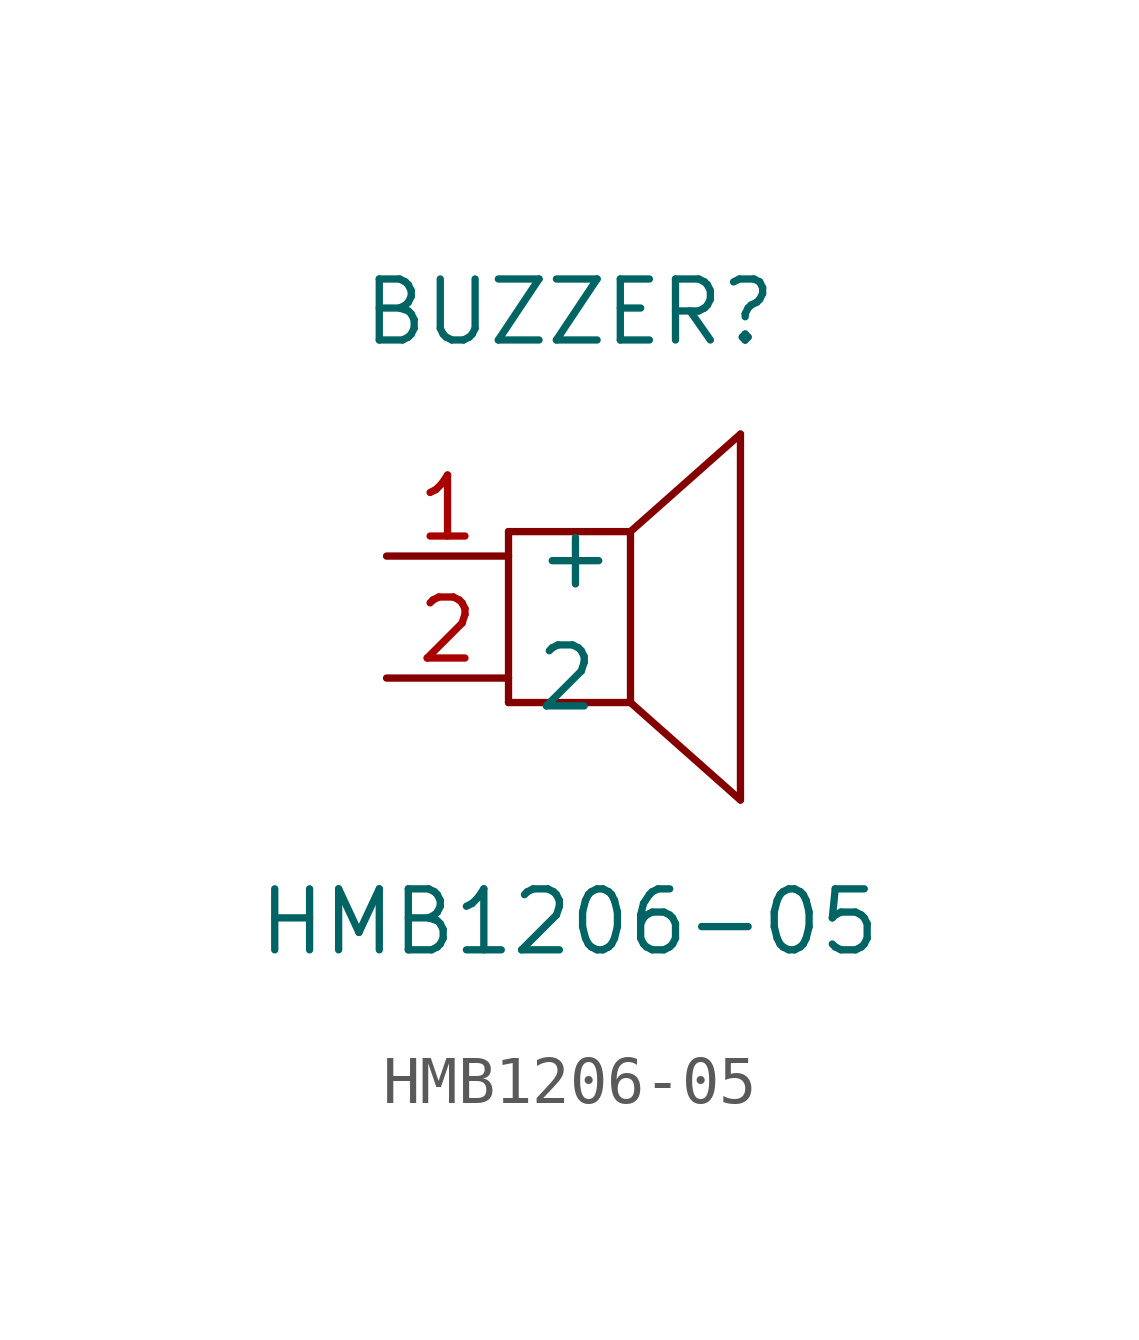
<source format=kicad_sym>
(kicad_symbol_lib
  (version 20211014)
  (generator https://github.com/uPesy/easyeda2kicad.py)
  (symbol "HMB1206-05"
    (property "Reference" "BUZZER"
      (at 0 6.35 0)
      (effects (font (size 1.27 1.27))))
    (property "Value" "HMB1206-05"
      (at 0 -6.35 0)
      (effects (font (size 1.27 1.27))))
    (symbol "HMB1206-05_0_1"
      (polyline (pts (xy 3.56 3.81) (xy 1.27 1.78)) (stroke (width 0) (type default) (color 0 0 0 0)) (fill (type none)))
      (polyline (pts (xy 1.27 -1.78) (xy 3.56 -3.81)) (stroke (width 0) (type default) (color 0 0 0 0)) (fill (type none)))
      (polyline (pts (xy 3.56 3.81) (xy 3.56 -3.81)) (stroke (width 0) (type default) (color 0 0 0 0)) (fill (type none)))
      (polyline (pts (xy 1.27 1.78) (xy 1.27 -1.78)) (stroke (width 0) (type default) (color 0 0 0 0)) (fill (type none)))
      (polyline (pts (xy -1.27 1.78) (xy -1.27 -1.78)) (stroke (width 0) (type default) (color 0 0 0 0)) (fill (type none)))
      (polyline (pts (xy -1.27 -1.78) (xy 1.27 -1.78)) (stroke (width 0) (type default) (color 0 0 0 0)) (fill (type none)))
      (polyline (pts (xy -1.27 1.78) (xy 1.27 1.78)) (stroke (width 0) (type default) (color 0 0 0 0)) (fill (type none)))
      (pin unspecified line (at -3.81 1.27 0) (length 2.54) (name "+" (effects (font (size 1.27 1.27)))) (number "1" (effects (font (size 1.27 1.27)))))
      (pin unspecified line (at -3.81 -1.27 0) (length 2.54) (name "2" (effects (font (size 1.27 1.27)))) (number "2" (effects (font (size 1.27 1.27))))))))
</source>
